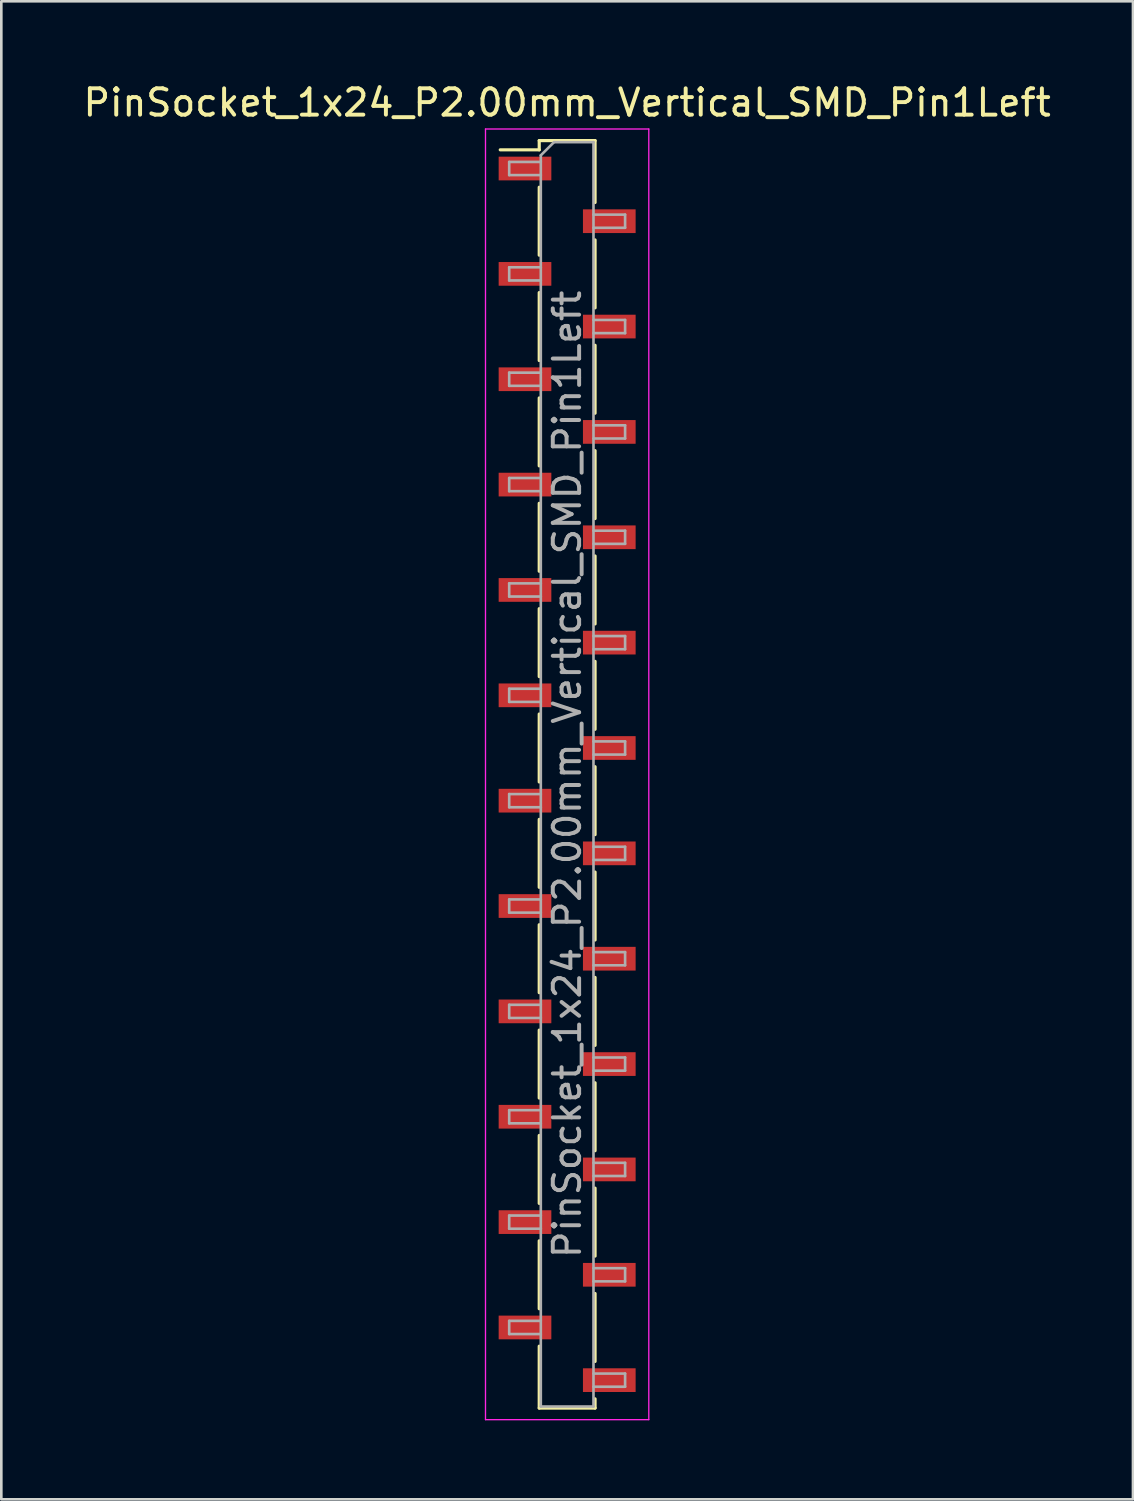
<source format=kicad_pcb>
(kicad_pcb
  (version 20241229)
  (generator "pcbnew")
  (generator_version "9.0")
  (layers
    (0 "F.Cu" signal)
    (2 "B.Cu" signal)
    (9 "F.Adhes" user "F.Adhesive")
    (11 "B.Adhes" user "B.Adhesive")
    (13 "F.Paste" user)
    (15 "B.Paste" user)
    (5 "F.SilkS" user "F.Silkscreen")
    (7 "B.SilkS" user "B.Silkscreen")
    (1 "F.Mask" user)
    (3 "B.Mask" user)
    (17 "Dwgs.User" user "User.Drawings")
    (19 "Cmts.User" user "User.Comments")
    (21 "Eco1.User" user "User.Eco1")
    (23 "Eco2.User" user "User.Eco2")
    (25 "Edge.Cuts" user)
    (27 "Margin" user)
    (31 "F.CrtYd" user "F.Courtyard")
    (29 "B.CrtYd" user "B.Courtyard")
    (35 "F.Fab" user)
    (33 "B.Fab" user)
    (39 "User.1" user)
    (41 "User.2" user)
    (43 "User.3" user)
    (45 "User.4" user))
  (footprint "PinSocket_1x24_P2.00mm_Vertical_SMD_Pin1Left"
    (layer "F.Cu")
    (at 18.482 26.348)
    (property "Reference" "PinSocket_1x24_P2.00mm_Vertical_SMD_Pin1Left" (at 0 -25.5 0) (layer "F.SilkS") (effects (font (size 1 1) (thickness 0.15))))
    (attr smd)
    (fp_line (start -2.54 -23.71) (end -1.06 -23.71) (stroke (width 0.12) (type solid)) (layer "F.SilkS"))
    (fp_line (start -1.06 -24.06) (end -1.06 -23.71) (stroke (width 0.12) (type solid)) (layer "F.SilkS"))
    (fp_line (start -1.06 -24.06) (end 1.06 -24.06) (stroke (width 0.12) (type solid)) (layer "F.SilkS"))
    (fp_line (start -1.06 -22.29) (end -1.06 -19.71) (stroke (width 0.12) (type solid)) (layer "F.SilkS"))
    (fp_line (start -1.06 -18.29) (end -1.06 -15.71) (stroke (width 0.12) (type solid)) (layer "F.SilkS"))
    (fp_line (start -1.06 -14.29) (end -1.06 -11.71) (stroke (width 0.12) (type solid)) (layer "F.SilkS"))
    (fp_line (start -1.06 -10.29) (end -1.06 -7.71) (stroke (width 0.12) (type solid)) (layer "F.SilkS"))
    (fp_line (start -1.06 -6.29) (end -1.06 -3.71) (stroke (width 0.12) (type solid)) (layer "F.SilkS"))
    (fp_line (start -1.06 -2.29) (end -1.06 0.29) (stroke (width 0.12) (type solid)) (layer "F.SilkS"))
    (fp_line (start -1.06 1.71) (end -1.06 4.29) (stroke (width 0.12) (type solid)) (layer "F.SilkS"))
    (fp_line (start -1.06 5.71) (end -1.06 8.29) (stroke (width 0.12) (type solid)) (layer "F.SilkS"))
    (fp_line (start -1.06 9.71) (end -1.06 12.29) (stroke (width 0.12) (type solid)) (layer "F.SilkS"))
    (fp_line (start -1.06 13.71) (end -1.06 16.29) (stroke (width 0.12) (type solid)) (layer "F.SilkS"))
    (fp_line (start -1.06 17.71) (end -1.06 20.29) (stroke (width 0.12) (type solid)) (layer "F.SilkS"))
    (fp_line (start -1.06 21.71) (end -1.06 24.06) (stroke (width 0.12) (type solid)) (layer "F.SilkS"))
    (fp_line (start -1.06 24.06) (end 1.06 24.06) (stroke (width 0.12) (type solid)) (layer "F.SilkS"))
    (fp_line (start 1.06 -24.06) (end 1.06 -21.71) (stroke (width 0.12) (type solid)) (layer "F.SilkS"))
    (fp_line (start 1.06 -20.29) (end 1.06 -17.71) (stroke (width 0.12) (type solid)) (layer "F.SilkS"))
    (fp_line (start 1.06 -16.29) (end 1.06 -13.71) (stroke (width 0.12) (type solid)) (layer "F.SilkS"))
    (fp_line (start 1.06 -12.29) (end 1.06 -9.71) (stroke (width 0.12) (type solid)) (layer "F.SilkS"))
    (fp_line (start 1.06 -8.29) (end 1.06 -5.71) (stroke (width 0.12) (type solid)) (layer "F.SilkS"))
    (fp_line (start 1.06 -4.29) (end 1.06 -1.71) (stroke (width 0.12) (type solid)) (layer "F.SilkS"))
    (fp_line (start 1.06 -0.29) (end 1.06 2.29) (stroke (width 0.12) (type solid)) (layer "F.SilkS"))
    (fp_line (start 1.06 3.71) (end 1.06 6.29) (stroke (width 0.12) (type solid)) (layer "F.SilkS"))
    (fp_line (start 1.06 7.71) (end 1.06 10.29) (stroke (width 0.12) (type solid)) (layer "F.SilkS"))
    (fp_line (start 1.06 11.71) (end 1.06 14.29) (stroke (width 0.12) (type solid)) (layer "F.SilkS"))
    (fp_line (start 1.06 15.71) (end 1.06 18.29) (stroke (width 0.12) (type solid)) (layer "F.SilkS"))
    (fp_line (start 1.06 19.71) (end 1.06 22.29) (stroke (width 0.12) (type solid)) (layer "F.SilkS"))
    (fp_line (start 1.06 23.71) (end 1.06 24.06) (stroke (width 0.12) (type solid)) (layer "F.SilkS"))
    (fp_line (start -3.1 -24.5) (end 3.1 -24.5) (stroke (width 0.05) (type solid)) (layer "F.CrtYd"))
    (fp_line (start -3.1 24.5) (end -3.1 -24.5) (stroke (width 0.05) (type solid)) (layer "F.CrtYd"))
    (fp_line (start 3.1 -24.5) (end 3.1 24.5) (stroke (width 0.05) (type solid)) (layer "F.CrtYd"))
    (fp_line (start 3.1 24.5) (end -3.1 24.5) (stroke (width 0.05) (type solid)) (layer "F.CrtYd"))
    (fp_line (start -2.2 -23.25) (end -1 -23.25) (stroke (width 0.1) (type solid)) (layer "F.Fab"))
    (fp_line (start -2.2 -22.75) (end -2.2 -23.25) (stroke (width 0.1) (type solid)) (layer "F.Fab"))
    (fp_line (start -2.2 -19.25) (end -1 -19.25) (stroke (width 0.1) (type solid)) (layer "F.Fab"))
    (fp_line (start -2.2 -18.75) (end -2.2 -19.25) (stroke (width 0.1) (type solid)) (layer "F.Fab"))
    (fp_line (start -2.2 -15.25) (end -1 -15.25) (stroke (width 0.1) (type solid)) (layer "F.Fab"))
    (fp_line (start -2.2 -14.75) (end -2.2 -15.25) (stroke (width 0.1) (type solid)) (layer "F.Fab"))
    (fp_line (start -2.2 -11.25) (end -1 -11.25) (stroke (width 0.1) (type solid)) (layer "F.Fab"))
    (fp_line (start -2.2 -10.75) (end -2.2 -11.25) (stroke (width 0.1) (type solid)) (layer "F.Fab"))
    (fp_line (start -2.2 -7.25) (end -1 -7.25) (stroke (width 0.1) (type solid)) (layer "F.Fab"))
    (fp_line (start -2.2 -6.75) (end -2.2 -7.25) (stroke (width 0.1) (type solid)) (layer "F.Fab"))
    (fp_line (start -2.2 -3.25) (end -1 -3.25) (stroke (width 0.1) (type solid)) (layer "F.Fab"))
    (fp_line (start -2.2 -2.75) (end -2.2 -3.25) (stroke (width 0.1) (type solid)) (layer "F.Fab"))
    (fp_line (start -2.2 0.75) (end -1 0.75) (stroke (width 0.1) (type solid)) (layer "F.Fab"))
    (fp_line (start -2.2 1.25) (end -2.2 0.75) (stroke (width 0.1) (type solid)) (layer "F.Fab"))
    (fp_line (start -2.2 4.75) (end -1 4.75) (stroke (width 0.1) (type solid)) (layer "F.Fab"))
    (fp_line (start -2.2 5.25) (end -2.2 4.75) (stroke (width 0.1) (type solid)) (layer "F.Fab"))
    (fp_line (start -2.2 8.75) (end -1 8.75) (stroke (width 0.1) (type solid)) (layer "F.Fab"))
    (fp_line (start -2.2 9.25) (end -2.2 8.75) (stroke (width 0.1) (type solid)) (layer "F.Fab"))
    (fp_line (start -2.2 12.75) (end -1 12.75) (stroke (width 0.1) (type solid)) (layer "F.Fab"))
    (fp_line (start -2.2 13.25) (end -2.2 12.75) (stroke (width 0.1) (type solid)) (layer "F.Fab"))
    (fp_line (start -2.2 16.75) (end -1 16.75) (stroke (width 0.1) (type solid)) (layer "F.Fab"))
    (fp_line (start -2.2 17.25) (end -2.2 16.75) (stroke (width 0.1) (type solid)) (layer "F.Fab"))
    (fp_line (start -2.2 20.75) (end -1 20.75) (stroke (width 0.1) (type solid)) (layer "F.Fab"))
    (fp_line (start -2.2 21.25) (end -2.2 20.75) (stroke (width 0.1) (type solid)) (layer "F.Fab"))
    (fp_line (start -1 -23.5) (end -0.5 -24) (stroke (width 0.1) (type solid)) (layer "F.Fab"))
    (fp_line (start -1 -22.75) (end -2.2 -22.75) (stroke (width 0.1) (type solid)) (layer "F.Fab"))
    (fp_line (start -1 -18.75) (end -2.2 -18.75) (stroke (width 0.1) (type solid)) (layer "F.Fab"))
    (fp_line (start -1 -14.75) (end -2.2 -14.75) (stroke (width 0.1) (type solid)) (layer "F.Fab"))
    (fp_line (start -1 -10.75) (end -2.2 -10.75) (stroke (width 0.1) (type solid)) (layer "F.Fab"))
    (fp_line (start -1 -6.75) (end -2.2 -6.75) (stroke (width 0.1) (type solid)) (layer "F.Fab"))
    (fp_line (start -1 -2.75) (end -2.2 -2.75) (stroke (width 0.1) (type solid)) (layer "F.Fab"))
    (fp_line (start -1 1.25) (end -2.2 1.25) (stroke (width 0.1) (type solid)) (layer "F.Fab"))
    (fp_line (start -1 5.25) (end -2.2 5.25) (stroke (width 0.1) (type solid)) (layer "F.Fab"))
    (fp_line (start -1 9.25) (end -2.2 9.25) (stroke (width 0.1) (type solid)) (layer "F.Fab"))
    (fp_line (start -1 13.25) (end -2.2 13.25) (stroke (width 0.1) (type solid)) (layer "F.Fab"))
    (fp_line (start -1 17.25) (end -2.2 17.25) (stroke (width 0.1) (type solid)) (layer "F.Fab"))
    (fp_line (start -1 21.25) (end -2.2 21.25) (stroke (width 0.1) (type solid)) (layer "F.Fab"))
    (fp_line (start -1 24) (end -1 -23.5) (stroke (width 0.1) (type solid)) (layer "F.Fab"))
    (fp_line (start -0.5 -24) (end 1 -24) (stroke (width 0.1) (type solid)) (layer "F.Fab"))
    (fp_line (start 1 -24) (end 1 24) (stroke (width 0.1) (type solid)) (layer "F.Fab"))
    (fp_line (start 1 -21.25) (end 2.2 -21.25) (stroke (width 0.1) (type solid)) (layer "F.Fab"))
    (fp_line (start 1 -17.25) (end 2.2 -17.25) (stroke (width 0.1) (type solid)) (layer "F.Fab"))
    (fp_line (start 1 -13.25) (end 2.2 -13.25) (stroke (width 0.1) (type solid)) (layer "F.Fab"))
    (fp_line (start 1 -9.25) (end 2.2 -9.25) (stroke (width 0.1) (type solid)) (layer "F.Fab"))
    (fp_line (start 1 -5.25) (end 2.2 -5.25) (stroke (width 0.1) (type solid)) (layer "F.Fab"))
    (fp_line (start 1 -1.25) (end 2.2 -1.25) (stroke (width 0.1) (type solid)) (layer "F.Fab"))
    (fp_line (start 1 2.75) (end 2.2 2.75) (stroke (width 0.1) (type solid)) (layer "F.Fab"))
    (fp_line (start 1 6.75) (end 2.2 6.75) (stroke (width 0.1) (type solid)) (layer "F.Fab"))
    (fp_line (start 1 10.75) (end 2.2 10.75) (stroke (width 0.1) (type solid)) (layer "F.Fab"))
    (fp_line (start 1 14.75) (end 2.2 14.75) (stroke (width 0.1) (type solid)) (layer "F.Fab"))
    (fp_line (start 1 18.75) (end 2.2 18.75) (stroke (width 0.1) (type solid)) (layer "F.Fab"))
    (fp_line (start 1 22.75) (end 2.2 22.75) (stroke (width 0.1) (type solid)) (layer "F.Fab"))
    (fp_line (start 1 24) (end -1 24) (stroke (width 0.1) (type solid)) (layer "F.Fab"))
    (fp_line (start 2.2 -21.25) (end 2.2 -20.75) (stroke (width 0.1) (type solid)) (layer "F.Fab"))
    (fp_line (start 2.2 -20.75) (end 1 -20.75) (stroke (width 0.1) (type solid)) (layer "F.Fab"))
    (fp_line (start 2.2 -17.25) (end 2.2 -16.75) (stroke (width 0.1) (type solid)) (layer "F.Fab"))
    (fp_line (start 2.2 -16.75) (end 1 -16.75) (stroke (width 0.1) (type solid)) (layer "F.Fab"))
    (fp_line (start 2.2 -13.25) (end 2.2 -12.75) (stroke (width 0.1) (type solid)) (layer "F.Fab"))
    (fp_line (start 2.2 -12.75) (end 1 -12.75) (stroke (width 0.1) (type solid)) (layer "F.Fab"))
    (fp_line (start 2.2 -9.25) (end 2.2 -8.75) (stroke (width 0.1) (type solid)) (layer "F.Fab"))
    (fp_line (start 2.2 -8.75) (end 1 -8.75) (stroke (width 0.1) (type solid)) (layer "F.Fab"))
    (fp_line (start 2.2 -5.25) (end 2.2 -4.75) (stroke (width 0.1) (type solid)) (layer "F.Fab"))
    (fp_line (start 2.2 -4.75) (end 1 -4.75) (stroke (width 0.1) (type solid)) (layer "F.Fab"))
    (fp_line (start 2.2 -1.25) (end 2.2 -0.75) (stroke (width 0.1) (type solid)) (layer "F.Fab"))
    (fp_line (start 2.2 -0.75) (end 1 -0.75) (stroke (width 0.1) (type solid)) (layer "F.Fab"))
    (fp_line (start 2.2 2.75) (end 2.2 3.25) (stroke (width 0.1) (type solid)) (layer "F.Fab"))
    (fp_line (start 2.2 3.25) (end 1 3.25) (stroke (width 0.1) (type solid)) (layer "F.Fab"))
    (fp_line (start 2.2 6.75) (end 2.2 7.25) (stroke (width 0.1) (type solid)) (layer "F.Fab"))
    (fp_line (start 2.2 7.25) (end 1 7.25) (stroke (width 0.1) (type solid)) (layer "F.Fab"))
    (fp_line (start 2.2 10.75) (end 2.2 11.25) (stroke (width 0.1) (type solid)) (layer "F.Fab"))
    (fp_line (start 2.2 11.25) (end 1 11.25) (stroke (width 0.1) (type solid)) (layer "F.Fab"))
    (fp_line (start 2.2 14.75) (end 2.2 15.25) (stroke (width 0.1) (type solid)) (layer "F.Fab"))
    (fp_line (start 2.2 15.25) (end 1 15.25) (stroke (width 0.1) (type solid)) (layer "F.Fab"))
    (fp_line (start 2.2 18.75) (end 2.2 19.25) (stroke (width 0.1) (type solid)) (layer "F.Fab"))
    (fp_line (start 2.2 19.25) (end 1 19.25) (stroke (width 0.1) (type solid)) (layer "F.Fab"))
    (fp_line (start 2.2 22.75) (end 2.2 23.25) (stroke (width 0.1) (type solid)) (layer "F.Fab"))
    (fp_line (start 2.2 23.25) (end 1 23.25) (stroke (width 0.1) (type solid)) (layer "F.Fab"))
    (fp_text user "${REFERENCE}" (at 0 0 90) (layer "F.Fab") (effects (font (size 1 1) (thickness 0.15))))
    (pad "1" smd rect (at -1.6 -23) (size 2 0.9) (layers "F.Cu" "F.Mask" "F.Paste"))
    (pad "2" smd rect (at 1.6 -21) (size 2 0.9) (layers "F.Cu" "F.Mask" "F.Paste"))
    (pad "3" smd rect (at -1.6 -19) (size 2 0.9) (layers "F.Cu" "F.Mask" "F.Paste"))
    (pad "4" smd rect (at 1.6 -17) (size 2 0.9) (layers "F.Cu" "F.Mask" "F.Paste"))
    (pad "5" smd rect (at -1.6 -15) (size 2 0.9) (layers "F.Cu" "F.Mask" "F.Paste"))
    (pad "6" smd rect (at 1.6 -13) (size 2 0.9) (layers "F.Cu" "F.Mask" "F.Paste"))
    (pad "7" smd rect (at -1.6 -11) (size 2 0.9) (layers "F.Cu" "F.Mask" "F.Paste"))
    (pad "8" smd rect (at 1.6 -9) (size 2 0.9) (layers "F.Cu" "F.Mask" "F.Paste"))
    (pad "9" smd rect (at -1.6 -7) (size 2 0.9) (layers "F.Cu" "F.Mask" "F.Paste"))
    (pad "10" smd rect (at 1.6 -5) (size 2 0.9) (layers "F.Cu" "F.Mask" "F.Paste"))
    (pad "11" smd rect (at -1.6 -3) (size 2 0.9) (layers "F.Cu" "F.Mask" "F.Paste"))
    (pad "12" smd rect (at 1.6 -1) (size 2 0.9) (layers "F.Cu" "F.Mask" "F.Paste"))
    (pad "13" smd rect (at -1.6 1) (size 2 0.9) (layers "F.Cu" "F.Mask" "F.Paste"))
    (pad "14" smd rect (at 1.6 3) (size 2 0.9) (layers "F.Cu" "F.Mask" "F.Paste"))
    (pad "15" smd rect (at -1.6 5) (size 2 0.9) (layers "F.Cu" "F.Mask" "F.Paste"))
    (pad "16" smd rect (at 1.6 7) (size 2 0.9) (layers "F.Cu" "F.Mask" "F.Paste"))
    (pad "17" smd rect (at -1.6 9) (size 2 0.9) (layers "F.Cu" "F.Mask" "F.Paste"))
    (pad "18" smd rect (at 1.6 11) (size 2 0.9) (layers "F.Cu" "F.Mask" "F.Paste"))
    (pad "19" smd rect (at -1.6 13) (size 2 0.9) (layers "F.Cu" "F.Mask" "F.Paste"))
    (pad "20" smd rect (at 1.6 15) (size 2 0.9) (layers "F.Cu" "F.Mask" "F.Paste"))
    (pad "21" smd rect (at -1.6 17) (size 2 0.9) (layers "F.Cu" "F.Mask" "F.Paste"))
    (pad "22" smd rect (at 1.6 19) (size 2 0.9) (layers "F.Cu" "F.Mask" "F.Paste"))
    (pad "23" smd rect (at -1.6 21) (size 2 0.9) (layers "F.Cu" "F.Mask" "F.Paste"))
    (pad "24" smd rect (at 1.6 23) (size 2 0.9) (layers "F.Cu" "F.Mask" "F.Paste")))
  (gr_rect
    (start -3 -3)
    (end 39.964 53.873)
    (stroke (width 0.1) (type default))
    (fill no)
    (layer "Edge.Cuts")))
</source>
